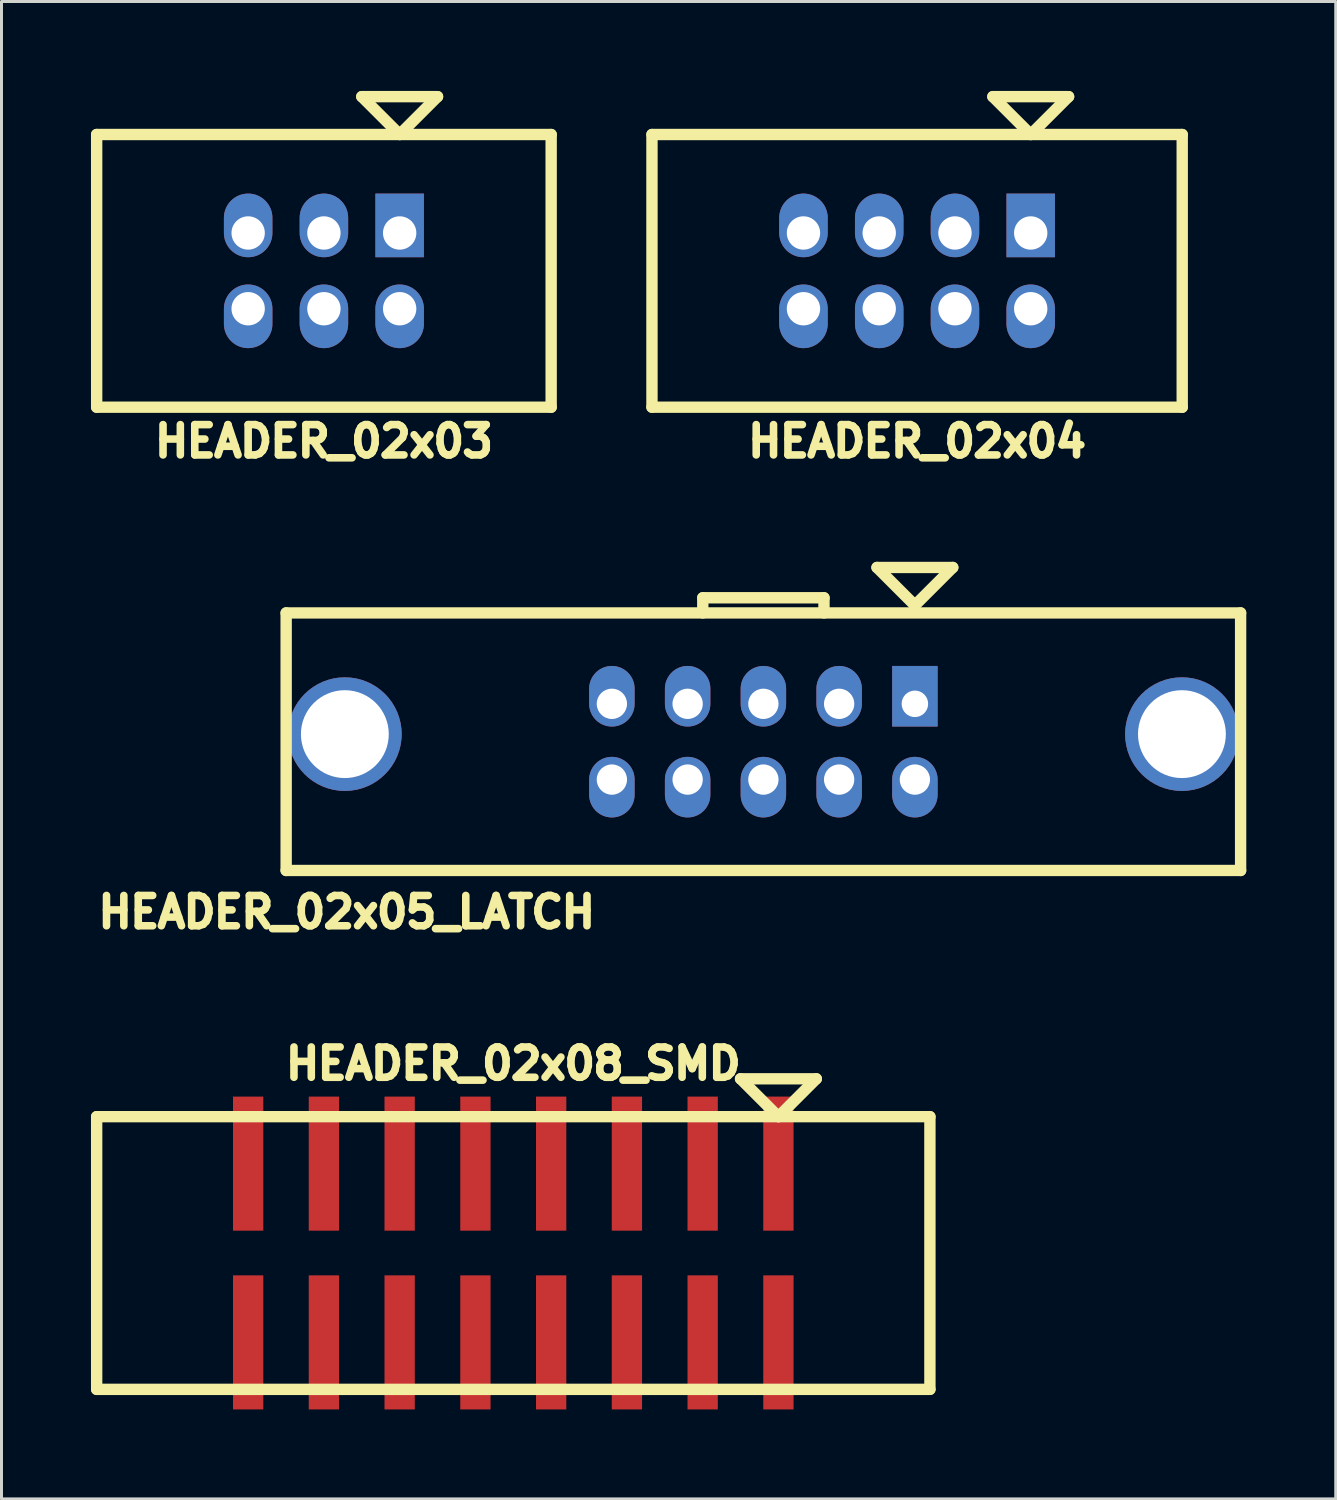
<source format=kicad_pcb>
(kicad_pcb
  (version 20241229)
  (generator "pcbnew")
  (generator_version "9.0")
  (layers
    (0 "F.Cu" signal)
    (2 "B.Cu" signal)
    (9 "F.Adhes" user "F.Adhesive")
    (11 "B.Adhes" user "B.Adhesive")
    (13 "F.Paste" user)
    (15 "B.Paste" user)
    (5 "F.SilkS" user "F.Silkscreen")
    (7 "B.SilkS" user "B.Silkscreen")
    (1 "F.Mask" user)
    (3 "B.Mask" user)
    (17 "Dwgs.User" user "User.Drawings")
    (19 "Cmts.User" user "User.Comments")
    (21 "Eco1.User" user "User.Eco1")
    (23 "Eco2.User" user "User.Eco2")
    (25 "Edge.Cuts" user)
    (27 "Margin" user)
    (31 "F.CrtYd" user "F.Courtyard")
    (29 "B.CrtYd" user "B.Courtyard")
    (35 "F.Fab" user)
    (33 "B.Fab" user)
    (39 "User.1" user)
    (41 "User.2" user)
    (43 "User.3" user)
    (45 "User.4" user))
  (footprint "HEADER_02x08_SMD"
    (layer "F.Cu")
    (at 14.161 38.965)
    (property "Reference" "HEADER_02x08_SMD" (at 0 -6.35 0) (layer "F.SilkS") (effects (font (size 1.016 1.016) (thickness 0.254))))
    (property "Value" "${VALUE}" (at 0 6.35 0) (layer "F.SilkS") (hide yes) (effects (font (size 1.016 1.016) (thickness 0.254))))
    (attr through_hole)
    (fp_line (start -13.97 -4.572) (end -13.97 4.572) (stroke (width 0.381) (type solid)) (layer "F.SilkS"))
    (fp_line (start -13.97 4.572) (end 13.97 4.572) (stroke (width 0.381) (type solid)) (layer "F.SilkS"))
    (fp_line (start 7.62 -5.842) (end 8.89 -4.572) (stroke (width 0.381) (type solid)) (layer "F.SilkS"))
    (fp_line (start 8.89 -4.572) (end 10.16 -5.842) (stroke (width 0.381) (type solid)) (layer "F.SilkS"))
    (fp_line (start 10.16 -5.842) (end 7.62 -5.842) (stroke (width 0.381) (type solid)) (layer "F.SilkS"))
    (fp_line (start 13.97 -4.572) (end -13.97 -4.572) (stroke (width 0.381) (type solid)) (layer "F.SilkS"))
    (fp_line (start 13.97 -4.572) (end 13.97 4.572) (stroke (width 0.381) (type solid)) (layer "F.SilkS"))
    (pad "1" smd rect (at 8.89 -2.997) (size 1.016 4.496) (layers "F.Cu" "F.Mask" "F.Paste"))
    (pad "2" smd rect (at 8.89 2.997) (size 1.016 4.496) (layers "F.Cu" "F.Mask" "F.Paste"))
    (pad "3" smd rect (at 6.35 -2.997) (size 1.016 4.496) (layers "F.Cu" "F.Mask" "F.Paste"))
    (pad "4" smd rect (at 6.35 2.997) (size 1.016 4.496) (layers "F.Cu" "F.Mask" "F.Paste"))
    (pad "5" smd rect (at 3.81 -2.997) (size 1.016 4.496) (layers "F.Cu" "F.Mask" "F.Paste"))
    (pad "6" smd rect (at 3.81 2.997) (size 1.016 4.496) (layers "F.Cu" "F.Mask" "F.Paste"))
    (pad "7" smd rect (at 1.27 -2.997) (size 1.016 4.496) (layers "F.Cu" "F.Mask" "F.Paste"))
    (pad "8" smd rect (at 1.27 2.997) (size 1.016 4.496) (layers "F.Cu" "F.Mask" "F.Paste"))
    (pad "9" smd rect (at -1.27 -2.997) (size 1.016 4.496) (layers "F.Cu" "F.Mask" "F.Paste"))
    (pad "10" smd rect (at -1.27 2.997) (size 1.016 4.496) (layers "F.Cu" "F.Mask" "F.Paste"))
    (pad "11" smd rect (at -3.81 -2.997) (size 1.016 4.496) (layers "F.Cu" "F.Mask" "F.Paste"))
    (pad "12" smd rect (at -3.81 2.997) (size 1.016 4.496) (layers "F.Cu" "F.Mask" "F.Paste"))
    (pad "13" smd rect (at -6.35 -2.997) (size 1.016 4.496) (layers "F.Cu" "F.Mask" "F.Paste"))
    (pad "14" smd rect (at -6.35 2.997) (size 1.016 4.496) (layers "F.Cu" "F.Mask" "F.Paste"))
    (pad "15" smd rect (at -8.89 -2.997) (size 1.016 4.496) (layers "F.Cu" "F.Mask" "F.Paste"))
    (pad "16" smd rect (at -8.89 2.997) (size 1.016 4.496) (layers "F.Cu" "F.Mask" "F.Paste")))
  (footprint "HEADER_02x03"
    (layer "F.Cu")
    (at 7.811 6.032)
    (property "Reference" "HEADER_02x03" (at 0 5.715 0) (layer "F.SilkS") (effects (font (size 1.016 1.016) (thickness 0.254))))
    (property "Value" "${VALUE}" (at -8.89 0 90) (layer "F.SilkS") (hide yes) (effects (font (size 1.016 1.016) (thickness 0.254))))
    (attr through_hole)
    (fp_line (start -7.62 -4.572) (end -7.62 4.572) (stroke (width 0.381) (type solid)) (layer "F.SilkS"))
    (fp_line (start -7.62 4.572) (end 7.62 4.572) (stroke (width 0.381) (type solid)) (layer "F.SilkS"))
    (fp_line (start 1.27 -5.842) (end 2.54 -4.572) (stroke (width 0.381) (type solid)) (layer "F.SilkS"))
    (fp_line (start 2.54 -4.572) (end 3.81 -5.842) (stroke (width 0.381) (type solid)) (layer "F.SilkS"))
    (fp_line (start 3.81 -5.842) (end 1.27 -5.842) (stroke (width 0.381) (type solid)) (layer "F.SilkS"))
    (fp_line (start 7.62 -4.572) (end -7.62 -4.572) (stroke (width 0.381) (type solid)) (layer "F.SilkS"))
    (fp_line (start 7.62 -4.572) (end 7.62 4.572) (stroke (width 0.381) (type solid)) (layer "F.SilkS"))
    (pad "1" thru_hole rect (at 2.54 -1.27) (size 1.626 2.134) (drill 1.118 (offset 0 -0.254)) (layers "*.Cu" "*.Mask"))
    (pad "2" thru_hole oval (at 2.54 1.27) (size 1.626 2.134) (drill 1.118 (offset 0 0.254)) (layers "*.Cu" "*.Mask"))
    (pad "3" thru_hole oval (at 0 -1.27) (size 1.626 2.134) (drill 1.118 (offset 0 -0.254)) (layers "*.Cu" "*.Mask"))
    (pad "4" thru_hole oval (at 0 1.27) (size 1.626 2.134) (drill 1.118 (offset 0 0.254)) (layers "*.Cu" "*.Mask"))
    (pad "5" thru_hole oval (at -2.54 -1.27) (size 1.626 2.134) (drill 1.118 (offset 0 -0.254)) (layers "*.Cu" "*.Mask"))
    (pad "6" thru_hole oval (at -2.54 1.27) (size 1.626 2.134) (drill 1.118 (offset 0 0.254)) (layers "*.Cu" "*.Mask")))
  (footprint "HEADER_02x04"
    (layer "F.Cu")
    (at 27.701 6.032)
    (property "Reference" "HEADER_02x04" (at 0 5.715 0) (layer "F.SilkS") (effects (font (size 1.016 1.016) (thickness 0.254))))
    (property "Value" "${VALUE}" (at -10.16 0 90) (layer "F.SilkS") (hide yes) (effects (font (size 1.016 1.016) (thickness 0.254))))
    (attr through_hole)
    (fp_line (start -8.89 -4.572) (end -8.89 4.572) (stroke (width 0.381) (type solid)) (layer "F.SilkS"))
    (fp_line (start -8.89 4.572) (end 8.89 4.572) (stroke (width 0.381) (type solid)) (layer "F.SilkS"))
    (fp_line (start 2.54 -5.842) (end 3.81 -4.572) (stroke (width 0.381) (type solid)) (layer "F.SilkS"))
    (fp_line (start 3.81 -4.572) (end 5.08 -5.842) (stroke (width 0.381) (type solid)) (layer "F.SilkS"))
    (fp_line (start 5.08 -5.842) (end 2.54 -5.842) (stroke (width 0.381) (type solid)) (layer "F.SilkS"))
    (fp_line (start 8.89 -4.572) (end -8.89 -4.572) (stroke (width 0.381) (type solid)) (layer "F.SilkS"))
    (fp_line (start 8.89 -4.572) (end 8.89 4.572) (stroke (width 0.381) (type solid)) (layer "F.SilkS"))
    (pad "1" thru_hole rect (at 3.81 -1.27) (size 1.626 2.134) (drill 1.118 (offset 0 -0.254)) (layers "*.Cu" "*.Mask"))
    (pad "2" thru_hole oval (at 3.81 1.27) (size 1.626 2.134) (drill 1.118 (offset 0 0.254)) (layers "*.Cu" "*.Mask"))
    (pad "3" thru_hole oval (at 1.27 -1.27) (size 1.626 2.134) (drill 1.118 (offset 0 -0.254)) (layers "*.Cu" "*.Mask"))
    (pad "4" thru_hole oval (at 1.27 1.27) (size 1.626 2.134) (drill 1.118 (offset 0 0.254)) (layers "*.Cu" "*.Mask"))
    (pad "5" thru_hole oval (at -1.27 -1.27) (size 1.626 2.134) (drill 1.118 (offset 0 -0.254)) (layers "*.Cu" "*.Mask"))
    (pad "6" thru_hole oval (at -1.27 1.27) (size 1.626 2.134) (drill 1.118 (offset 0 0.254)) (layers "*.Cu" "*.Mask"))
    (pad "7" thru_hole oval (at -3.81 -1.27) (size 1.626 2.134) (drill 1.118 (offset 0 -0.254)) (layers "*.Cu" "*.Mask"))
    (pad "8" thru_hole oval (at -3.81 1.27) (size 1.626 2.134) (drill 1.118 (offset 0 0.254)) (layers "*.Cu" "*.Mask")))
  (footprint "HEADER_02x05_LATCH"
    (layer "F.Cu")
    (at 22.547 21.82)
    (property "Reference" "HEADER_02x05_LATCH" (at -13.97 5.715 0) (layer "F.SilkS") (effects (font (size 1.016 1.016) (thickness 0.254))))
    (property "Value" "${VALUE}" (at -13.97 -5.715 0) (layer "F.Fab") (hide yes) (effects (font (size 1.016 1.016) (thickness 0.254))))
    (attr through_hole)
    (fp_line (start -16.002 -4.318) (end -16.002 4.318) (stroke (width 0.381) (type solid)) (layer "F.SilkS"))
    (fp_line (start -16.002 4.318) (end 16.002 4.318) (stroke (width 0.381) (type solid)) (layer "F.SilkS"))
    (fp_line (start -2.032 -4.826) (end 2.032 -4.826) (stroke (width 0.381) (type solid)) (layer "F.SilkS"))
    (fp_line (start -2.032 -4.318) (end -2.032 -4.826) (stroke (width 0.381) (type solid)) (layer "F.SilkS"))
    (fp_line (start 2.032 -4.826) (end 2.032 -4.318) (stroke (width 0.381) (type solid)) (layer "F.SilkS"))
    (fp_line (start 3.81 -5.842) (end 5.08 -4.572) (stroke (width 0.381) (type solid)) (layer "F.SilkS"))
    (fp_line (start 5.08 -4.572) (end 6.35 -5.842) (stroke (width 0.381) (type solid)) (layer "F.SilkS"))
    (fp_line (start 6.35 -5.842) (end 3.81 -5.842) (stroke (width 0.381) (type solid)) (layer "F.SilkS"))
    (fp_line (start 16.002 -4.318) (end -16.002 -4.318) (stroke (width 0.381) (type solid)) (layer "F.SilkS"))
    (fp_line (start 16.002 -4.318) (end 16.002 4.318) (stroke (width 0.381) (type solid)) (layer "F.SilkS"))
    (pad "" thru_hole circle (at -14.034 -0.254) (size 3.81 3.81) (drill 2.946) (layers "*.Cu" "*.Mask"))
    (pad "" thru_hole circle (at 14.034 -0.254) (size 3.81 3.81) (drill 2.946) (layers "*.Cu" "*.Mask"))
    (pad "1" thru_hole rect (at 5.08 -1.27) (size 1.524 2.032) (drill 0.889 (offset 0 -0.254)) (layers "*.Cu" "*.Mask"))
    (pad "2" thru_hole oval (at 5.08 1.27) (size 1.524 2.032) (drill 1.016 (offset 0 0.254)) (layers "*.Cu" "*.Mask"))
    (pad "3" thru_hole oval (at 2.54 -1.27) (size 1.524 2.032) (drill 1.016 (offset 0 -0.254)) (layers "*.Cu" "*.Mask"))
    (pad "4" thru_hole oval (at 2.54 1.27) (size 1.524 2.032) (drill 1.016 (offset 0 0.254)) (layers "*.Cu" "*.Mask"))
    (pad "5" thru_hole oval (at 0 -1.27) (size 1.524 2.032) (drill 1.016 (offset 0 -0.254)) (layers "*.Cu" "*.Mask"))
    (pad "6" thru_hole oval (at 0 1.27) (size 1.524 2.032) (drill 1.016 (offset 0 0.254)) (layers "*.Cu" "*.Mask"))
    (pad "7" thru_hole oval (at -2.54 -1.27) (size 1.524 2.032) (drill 1.016 (offset 0 -0.254)) (layers "*.Cu" "*.Mask"))
    (pad "8" thru_hole oval (at -2.54 1.27) (size 1.524 2.032) (drill 1.016 (offset 0 0.254)) (layers "*.Cu" "*.Mask"))
    (pad "9" thru_hole oval (at -5.08 -1.27) (size 1.524 2.032) (drill 1.016 (offset 0 -0.254)) (layers "*.Cu" "*.Mask"))
    (pad "10" thru_hole oval (at -5.08 1.27) (size 1.524 2.032) (drill 1.016 (offset 0 0.254)) (layers "*.Cu" "*.Mask")))
  (gr_rect
    (start -3 -3)
    (end 41.739 47.21)
    (stroke (width 0.1) (type default))
    (fill no)
    (layer "Edge.Cuts")))
</source>
